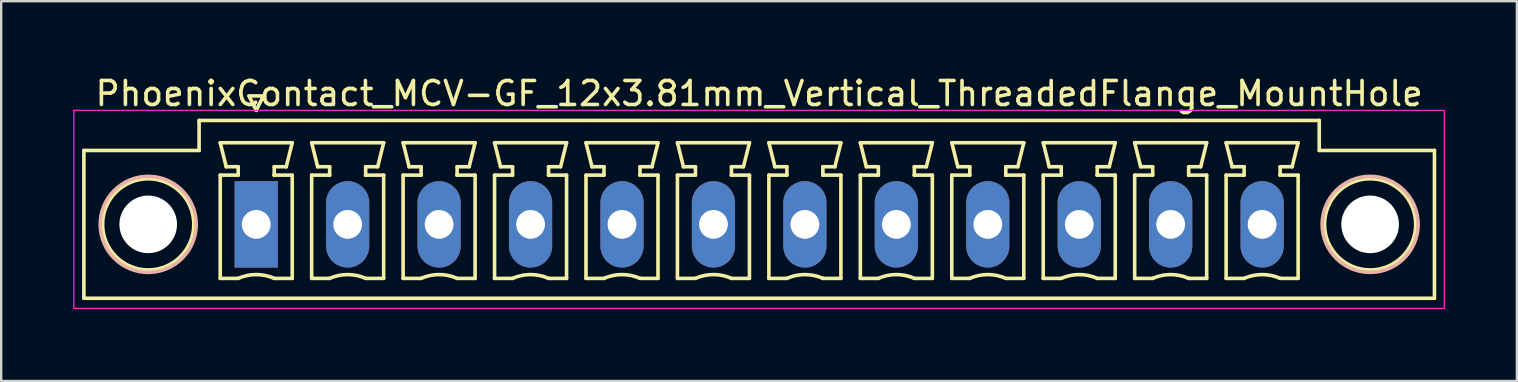
<source format=kicad_pcb>
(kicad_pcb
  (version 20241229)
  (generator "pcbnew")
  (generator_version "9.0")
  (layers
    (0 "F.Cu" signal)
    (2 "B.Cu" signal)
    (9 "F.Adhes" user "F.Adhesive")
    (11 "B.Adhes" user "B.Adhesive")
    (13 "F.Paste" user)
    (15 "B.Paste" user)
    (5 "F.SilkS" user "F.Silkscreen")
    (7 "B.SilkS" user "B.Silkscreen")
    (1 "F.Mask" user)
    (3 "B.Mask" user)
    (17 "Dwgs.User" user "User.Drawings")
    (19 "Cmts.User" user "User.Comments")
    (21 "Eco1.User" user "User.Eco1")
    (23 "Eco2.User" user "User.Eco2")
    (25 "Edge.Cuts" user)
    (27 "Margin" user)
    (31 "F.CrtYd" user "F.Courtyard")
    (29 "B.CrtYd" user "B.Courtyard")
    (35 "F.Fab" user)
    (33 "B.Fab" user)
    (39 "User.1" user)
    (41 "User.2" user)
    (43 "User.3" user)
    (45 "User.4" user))
  (footprint "PhoenixContact_MCV-GF_12x3.81mm_Vertical_ThreadedFlange_MountHole"
    (layer "F.Cu")
    (at 7.625 6.298)
    (property "Reference" "PhoenixContact_MCV-GF_12x3.81mm_Vertical_ThreadedFlange_MountHole" (at 20.955 -5.45 0) (layer "F.SilkS") (effects (font (size 1 1) (thickness 0.15))))
    (attr through_hole)
    (fp_line (start -7.18 -3.08) (end -7.18 3.08) (stroke (width 0.15) (type solid)) (layer "F.SilkS"))
    (fp_line (start -7.18 3.08) (end 49.09 3.08) (stroke (width 0.15) (type solid)) (layer "F.SilkS"))
    (fp_line (start -2.38 -4.33) (end -2.38 -3.08) (stroke (width 0.15) (type solid)) (layer "F.SilkS"))
    (fp_line (start -2.38 -3.08) (end -7.18 -3.08) (stroke (width 0.15) (type solid)) (layer "F.SilkS"))
    (fp_line (start -1.5 -3.4) (end 1.5 -3.4) (stroke (width 0.15) (type solid)) (layer "F.SilkS"))
    (fp_line (start -1.5 -2.05) (end -0.75 -2.05) (stroke (width 0.15) (type solid)) (layer "F.SilkS"))
    (fp_line (start -1.5 2.25) (end -1.5 -2.05) (stroke (width 0.15) (type solid)) (layer "F.SilkS"))
    (fp_line (start -1.25 -2.4) (end -1.5 -3.4) (stroke (width 0.15) (type solid)) (layer "F.SilkS"))
    (fp_line (start -0.75 -2.4) (end -1.25 -2.4) (stroke (width 0.15) (type solid)) (layer "F.SilkS"))
    (fp_line (start -0.75 -2.05) (end -0.75 -2.4) (stroke (width 0.15) (type solid)) (layer "F.SilkS"))
    (fp_line (start -0.75 2.25) (end -1.5 2.25) (stroke (width 0.15) (type solid)) (layer "F.SilkS"))
    (fp_line (start -0.3 -5.35) (end 0 -4.75) (stroke (width 0.15) (type solid)) (layer "F.SilkS"))
    (fp_line (start 0 -4.75) (end 0.3 -5.35) (stroke (width 0.15) (type solid)) (layer "F.SilkS"))
    (fp_line (start 0.3 -5.35) (end -0.3 -5.35) (stroke (width 0.15) (type solid)) (layer "F.SilkS"))
    (fp_line (start 0.75 -2.4) (end 0.75 -2.05) (stroke (width 0.15) (type solid)) (layer "F.SilkS"))
    (fp_line (start 0.75 -2.05) (end 0.75 -2.05) (stroke (width 0.15) (type solid)) (layer "F.SilkS"))
    (fp_line (start 0.75 -2.05) (end 1.5 -2.05) (stroke (width 0.15) (type solid)) (layer "F.SilkS"))
    (fp_line (start 1.25 -2.4) (end 0.75 -2.4) (stroke (width 0.15) (type solid)) (layer "F.SilkS"))
    (fp_line (start 1.5 -3.4) (end 1.25 -2.4) (stroke (width 0.15) (type solid)) (layer "F.SilkS"))
    (fp_line (start 1.5 -2.05) (end 1.5 2.25) (stroke (width 0.15) (type solid)) (layer "F.SilkS"))
    (fp_line (start 1.5 2.25) (end 0.75 2.25) (stroke (width 0.15) (type solid)) (layer "F.SilkS"))
    (fp_line (start 2.31 -3.4) (end 5.31 -3.4) (stroke (width 0.15) (type solid)) (layer "F.SilkS"))
    (fp_line (start 2.31 -2.05) (end 3.06 -2.05) (stroke (width 0.15) (type solid)) (layer "F.SilkS"))
    (fp_line (start 2.31 2.25) (end 2.31 -2.05) (stroke (width 0.15) (type solid)) (layer "F.SilkS"))
    (fp_line (start 2.56 -2.4) (end 2.31 -3.4) (stroke (width 0.15) (type solid)) (layer "F.SilkS"))
    (fp_line (start 3.06 -2.4) (end 2.56 -2.4) (stroke (width 0.15) (type solid)) (layer "F.SilkS"))
    (fp_line (start 3.06 -2.05) (end 3.06 -2.4) (stroke (width 0.15) (type solid)) (layer "F.SilkS"))
    (fp_line (start 3.06 2.25) (end 2.31 2.25) (stroke (width 0.15) (type solid)) (layer "F.SilkS"))
    (fp_line (start 4.56 -2.4) (end 4.56 -2.05) (stroke (width 0.15) (type solid)) (layer "F.SilkS"))
    (fp_line (start 4.56 -2.05) (end 4.56 -2.05) (stroke (width 0.15) (type solid)) (layer "F.SilkS"))
    (fp_line (start 4.56 -2.05) (end 5.31 -2.05) (stroke (width 0.15) (type solid)) (layer "F.SilkS"))
    (fp_line (start 5.06 -2.4) (end 4.56 -2.4) (stroke (width 0.15) (type solid)) (layer "F.SilkS"))
    (fp_line (start 5.31 -3.4) (end 5.06 -2.4) (stroke (width 0.15) (type solid)) (layer "F.SilkS"))
    (fp_line (start 5.31 -2.05) (end 5.31 2.25) (stroke (width 0.15) (type solid)) (layer "F.SilkS"))
    (fp_line (start 5.31 2.25) (end 4.56 2.25) (stroke (width 0.15) (type solid)) (layer "F.SilkS"))
    (fp_line (start 6.12 -3.4) (end 9.12 -3.4) (stroke (width 0.15) (type solid)) (layer "F.SilkS"))
    (fp_line (start 6.12 -2.05) (end 6.87 -2.05) (stroke (width 0.15) (type solid)) (layer "F.SilkS"))
    (fp_line (start 6.12 2.25) (end 6.12 -2.05) (stroke (width 0.15) (type solid)) (layer "F.SilkS"))
    (fp_line (start 6.37 -2.4) (end 6.12 -3.4) (stroke (width 0.15) (type solid)) (layer "F.SilkS"))
    (fp_line (start 6.87 -2.4) (end 6.37 -2.4) (stroke (width 0.15) (type solid)) (layer "F.SilkS"))
    (fp_line (start 6.87 -2.05) (end 6.87 -2.4) (stroke (width 0.15) (type solid)) (layer "F.SilkS"))
    (fp_line (start 6.87 2.25) (end 6.12 2.25) (stroke (width 0.15) (type solid)) (layer "F.SilkS"))
    (fp_line (start 8.37 -2.4) (end 8.37 -2.05) (stroke (width 0.15) (type solid)) (layer "F.SilkS"))
    (fp_line (start 8.37 -2.05) (end 8.37 -2.05) (stroke (width 0.15) (type solid)) (layer "F.SilkS"))
    (fp_line (start 8.37 -2.05) (end 9.12 -2.05) (stroke (width 0.15) (type solid)) (layer "F.SilkS"))
    (fp_line (start 8.87 -2.4) (end 8.37 -2.4) (stroke (width 0.15) (type solid)) (layer "F.SilkS"))
    (fp_line (start 9.12 -3.4) (end 8.87 -2.4) (stroke (width 0.15) (type solid)) (layer "F.SilkS"))
    (fp_line (start 9.12 -2.05) (end 9.12 2.25) (stroke (width 0.15) (type solid)) (layer "F.SilkS"))
    (fp_line (start 9.12 2.25) (end 8.37 2.25) (stroke (width 0.15) (type solid)) (layer "F.SilkS"))
    (fp_line (start 9.93 -3.4) (end 12.93 -3.4) (stroke (width 0.15) (type solid)) (layer "F.SilkS"))
    (fp_line (start 9.93 -2.05) (end 10.68 -2.05) (stroke (width 0.15) (type solid)) (layer "F.SilkS"))
    (fp_line (start 9.93 2.25) (end 9.93 -2.05) (stroke (width 0.15) (type solid)) (layer "F.SilkS"))
    (fp_line (start 10.18 -2.4) (end 9.93 -3.4) (stroke (width 0.15) (type solid)) (layer "F.SilkS"))
    (fp_line (start 10.68 -2.4) (end 10.18 -2.4) (stroke (width 0.15) (type solid)) (layer "F.SilkS"))
    (fp_line (start 10.68 -2.05) (end 10.68 -2.4) (stroke (width 0.15) (type solid)) (layer "F.SilkS"))
    (fp_line (start 10.68 2.25) (end 9.93 2.25) (stroke (width 0.15) (type solid)) (layer "F.SilkS"))
    (fp_line (start 12.18 -2.4) (end 12.18 -2.05) (stroke (width 0.15) (type solid)) (layer "F.SilkS"))
    (fp_line (start 12.18 -2.05) (end 12.18 -2.05) (stroke (width 0.15) (type solid)) (layer "F.SilkS"))
    (fp_line (start 12.18 -2.05) (end 12.93 -2.05) (stroke (width 0.15) (type solid)) (layer "F.SilkS"))
    (fp_line (start 12.68 -2.4) (end 12.18 -2.4) (stroke (width 0.15) (type solid)) (layer "F.SilkS"))
    (fp_line (start 12.93 -3.4) (end 12.68 -2.4) (stroke (width 0.15) (type solid)) (layer "F.SilkS"))
    (fp_line (start 12.93 -2.05) (end 12.93 2.25) (stroke (width 0.15) (type solid)) (layer "F.SilkS"))
    (fp_line (start 12.93 2.25) (end 12.18 2.25) (stroke (width 0.15) (type solid)) (layer "F.SilkS"))
    (fp_line (start 13.74 -3.4) (end 16.74 -3.4) (stroke (width 0.15) (type solid)) (layer "F.SilkS"))
    (fp_line (start 13.74 -2.05) (end 14.49 -2.05) (stroke (width 0.15) (type solid)) (layer "F.SilkS"))
    (fp_line (start 13.74 2.25) (end 13.74 -2.05) (stroke (width 0.15) (type solid)) (layer "F.SilkS"))
    (fp_line (start 13.99 -2.4) (end 13.74 -3.4) (stroke (width 0.15) (type solid)) (layer "F.SilkS"))
    (fp_line (start 14.49 -2.4) (end 13.99 -2.4) (stroke (width 0.15) (type solid)) (layer "F.SilkS"))
    (fp_line (start 14.49 -2.05) (end 14.49 -2.4) (stroke (width 0.15) (type solid)) (layer "F.SilkS"))
    (fp_line (start 14.49 2.25) (end 13.74 2.25) (stroke (width 0.15) (type solid)) (layer "F.SilkS"))
    (fp_line (start 15.99 -2.4) (end 15.99 -2.05) (stroke (width 0.15) (type solid)) (layer "F.SilkS"))
    (fp_line (start 15.99 -2.05) (end 15.99 -2.05) (stroke (width 0.15) (type solid)) (layer "F.SilkS"))
    (fp_line (start 15.99 -2.05) (end 16.74 -2.05) (stroke (width 0.15) (type solid)) (layer "F.SilkS"))
    (fp_line (start 16.49 -2.4) (end 15.99 -2.4) (stroke (width 0.15) (type solid)) (layer "F.SilkS"))
    (fp_line (start 16.74 -3.4) (end 16.49 -2.4) (stroke (width 0.15) (type solid)) (layer "F.SilkS"))
    (fp_line (start 16.74 -2.05) (end 16.74 2.25) (stroke (width 0.15) (type solid)) (layer "F.SilkS"))
    (fp_line (start 16.74 2.25) (end 15.99 2.25) (stroke (width 0.15) (type solid)) (layer "F.SilkS"))
    (fp_line (start 17.55 -3.4) (end 20.55 -3.4) (stroke (width 0.15) (type solid)) (layer "F.SilkS"))
    (fp_line (start 17.55 -2.05) (end 18.3 -2.05) (stroke (width 0.15) (type solid)) (layer "F.SilkS"))
    (fp_line (start 17.55 2.25) (end 17.55 -2.05) (stroke (width 0.15) (type solid)) (layer "F.SilkS"))
    (fp_line (start 17.8 -2.4) (end 17.55 -3.4) (stroke (width 0.15) (type solid)) (layer "F.SilkS"))
    (fp_line (start 18.3 -2.4) (end 17.8 -2.4) (stroke (width 0.15) (type solid)) (layer "F.SilkS"))
    (fp_line (start 18.3 -2.05) (end 18.3 -2.4) (stroke (width 0.15) (type solid)) (layer "F.SilkS"))
    (fp_line (start 18.3 2.25) (end 17.55 2.25) (stroke (width 0.15) (type solid)) (layer "F.SilkS"))
    (fp_line (start 19.8 -2.4) (end 19.8 -2.05) (stroke (width 0.15) (type solid)) (layer "F.SilkS"))
    (fp_line (start 19.8 -2.05) (end 19.8 -2.05) (stroke (width 0.15) (type solid)) (layer "F.SilkS"))
    (fp_line (start 19.8 -2.05) (end 20.55 -2.05) (stroke (width 0.15) (type solid)) (layer "F.SilkS"))
    (fp_line (start 20.3 -2.4) (end 19.8 -2.4) (stroke (width 0.15) (type solid)) (layer "F.SilkS"))
    (fp_line (start 20.55 -3.4) (end 20.3 -2.4) (stroke (width 0.15) (type solid)) (layer "F.SilkS"))
    (fp_line (start 20.55 -2.05) (end 20.55 2.25) (stroke (width 0.15) (type solid)) (layer "F.SilkS"))
    (fp_line (start 20.55 2.25) (end 19.8 2.25) (stroke (width 0.15) (type solid)) (layer "F.SilkS"))
    (fp_line (start 21.36 -3.4) (end 24.36 -3.4) (stroke (width 0.15) (type solid)) (layer "F.SilkS"))
    (fp_line (start 21.36 -2.05) (end 22.11 -2.05) (stroke (width 0.15) (type solid)) (layer "F.SilkS"))
    (fp_line (start 21.36 2.25) (end 21.36 -2.05) (stroke (width 0.15) (type solid)) (layer "F.SilkS"))
    (fp_line (start 21.61 -2.4) (end 21.36 -3.4) (stroke (width 0.15) (type solid)) (layer "F.SilkS"))
    (fp_line (start 22.11 -2.4) (end 21.61 -2.4) (stroke (width 0.15) (type solid)) (layer "F.SilkS"))
    (fp_line (start 22.11 -2.05) (end 22.11 -2.4) (stroke (width 0.15) (type solid)) (layer "F.SilkS"))
    (fp_line (start 22.11 2.25) (end 21.36 2.25) (stroke (width 0.15) (type solid)) (layer "F.SilkS"))
    (fp_line (start 23.61 -2.4) (end 23.61 -2.05) (stroke (width 0.15) (type solid)) (layer "F.SilkS"))
    (fp_line (start 23.61 -2.05) (end 23.61 -2.05) (stroke (width 0.15) (type solid)) (layer "F.SilkS"))
    (fp_line (start 23.61 -2.05) (end 24.36 -2.05) (stroke (width 0.15) (type solid)) (layer "F.SilkS"))
    (fp_line (start 24.11 -2.4) (end 23.61 -2.4) (stroke (width 0.15) (type solid)) (layer "F.SilkS"))
    (fp_line (start 24.36 -3.4) (end 24.11 -2.4) (stroke (width 0.15) (type solid)) (layer "F.SilkS"))
    (fp_line (start 24.36 -2.05) (end 24.36 2.25) (stroke (width 0.15) (type solid)) (layer "F.SilkS"))
    (fp_line (start 24.36 2.25) (end 23.61 2.25) (stroke (width 0.15) (type solid)) (layer "F.SilkS"))
    (fp_line (start 25.17 -3.4) (end 28.17 -3.4) (stroke (width 0.15) (type solid)) (layer "F.SilkS"))
    (fp_line (start 25.17 -2.05) (end 25.92 -2.05) (stroke (width 0.15) (type solid)) (layer "F.SilkS"))
    (fp_line (start 25.17 2.25) (end 25.17 -2.05) (stroke (width 0.15) (type solid)) (layer "F.SilkS"))
    (fp_line (start 25.42 -2.4) (end 25.17 -3.4) (stroke (width 0.15) (type solid)) (layer "F.SilkS"))
    (fp_line (start 25.92 -2.4) (end 25.42 -2.4) (stroke (width 0.15) (type solid)) (layer "F.SilkS"))
    (fp_line (start 25.92 -2.05) (end 25.92 -2.4) (stroke (width 0.15) (type solid)) (layer "F.SilkS"))
    (fp_line (start 25.92 2.25) (end 25.17 2.25) (stroke (width 0.15) (type solid)) (layer "F.SilkS"))
    (fp_line (start 27.42 -2.4) (end 27.42 -2.05) (stroke (width 0.15) (type solid)) (layer "F.SilkS"))
    (fp_line (start 27.42 -2.05) (end 27.42 -2.05) (stroke (width 0.15) (type solid)) (layer "F.SilkS"))
    (fp_line (start 27.42 -2.05) (end 28.17 -2.05) (stroke (width 0.15) (type solid)) (layer "F.SilkS"))
    (fp_line (start 27.92 -2.4) (end 27.42 -2.4) (stroke (width 0.15) (type solid)) (layer "F.SilkS"))
    (fp_line (start 28.17 -3.4) (end 27.92 -2.4) (stroke (width 0.15) (type solid)) (layer "F.SilkS"))
    (fp_line (start 28.17 -2.05) (end 28.17 2.25) (stroke (width 0.15) (type solid)) (layer "F.SilkS"))
    (fp_line (start 28.17 2.25) (end 27.42 2.25) (stroke (width 0.15) (type solid)) (layer "F.SilkS"))
    (fp_line (start 28.98 -3.4) (end 31.98 -3.4) (stroke (width 0.15) (type solid)) (layer "F.SilkS"))
    (fp_line (start 28.98 -2.05) (end 29.73 -2.05) (stroke (width 0.15) (type solid)) (layer "F.SilkS"))
    (fp_line (start 28.98 2.25) (end 28.98 -2.05) (stroke (width 0.15) (type solid)) (layer "F.SilkS"))
    (fp_line (start 29.23 -2.4) (end 28.98 -3.4) (stroke (width 0.15) (type solid)) (layer "F.SilkS"))
    (fp_line (start 29.73 -2.4) (end 29.23 -2.4) (stroke (width 0.15) (type solid)) (layer "F.SilkS"))
    (fp_line (start 29.73 -2.05) (end 29.73 -2.4) (stroke (width 0.15) (type solid)) (layer "F.SilkS"))
    (fp_line (start 29.73 2.25) (end 28.98 2.25) (stroke (width 0.15) (type solid)) (layer "F.SilkS"))
    (fp_line (start 31.23 -2.4) (end 31.23 -2.05) (stroke (width 0.15) (type solid)) (layer "F.SilkS"))
    (fp_line (start 31.23 -2.05) (end 31.23 -2.05) (stroke (width 0.15) (type solid)) (layer "F.SilkS"))
    (fp_line (start 31.23 -2.05) (end 31.98 -2.05) (stroke (width 0.15) (type solid)) (layer "F.SilkS"))
    (fp_line (start 31.73 -2.4) (end 31.23 -2.4) (stroke (width 0.15) (type solid)) (layer "F.SilkS"))
    (fp_line (start 31.98 -3.4) (end 31.73 -2.4) (stroke (width 0.15) (type solid)) (layer "F.SilkS"))
    (fp_line (start 31.98 -2.05) (end 31.98 2.25) (stroke (width 0.15) (type solid)) (layer "F.SilkS"))
    (fp_line (start 31.98 2.25) (end 31.23 2.25) (stroke (width 0.15) (type solid)) (layer "F.SilkS"))
    (fp_line (start 32.79 -3.4) (end 35.79 -3.4) (stroke (width 0.15) (type solid)) (layer "F.SilkS"))
    (fp_line (start 32.79 -2.05) (end 33.54 -2.05) (stroke (width 0.15) (type solid)) (layer "F.SilkS"))
    (fp_line (start 32.79 2.25) (end 32.79 -2.05) (stroke (width 0.15) (type solid)) (layer "F.SilkS"))
    (fp_line (start 33.04 -2.4) (end 32.79 -3.4) (stroke (width 0.15) (type solid)) (layer "F.SilkS"))
    (fp_line (start 33.54 -2.4) (end 33.04 -2.4) (stroke (width 0.15) (type solid)) (layer "F.SilkS"))
    (fp_line (start 33.54 -2.05) (end 33.54 -2.4) (stroke (width 0.15) (type solid)) (layer "F.SilkS"))
    (fp_line (start 33.54 2.25) (end 32.79 2.25) (stroke (width 0.15) (type solid)) (layer "F.SilkS"))
    (fp_line (start 35.04 -2.4) (end 35.04 -2.05) (stroke (width 0.15) (type solid)) (layer "F.SilkS"))
    (fp_line (start 35.04 -2.05) (end 35.04 -2.05) (stroke (width 0.15) (type solid)) (layer "F.SilkS"))
    (fp_line (start 35.04 -2.05) (end 35.79 -2.05) (stroke (width 0.15) (type solid)) (layer "F.SilkS"))
    (fp_line (start 35.54 -2.4) (end 35.04 -2.4) (stroke (width 0.15) (type solid)) (layer "F.SilkS"))
    (fp_line (start 35.79 -3.4) (end 35.54 -2.4) (stroke (width 0.15) (type solid)) (layer "F.SilkS"))
    (fp_line (start 35.79 -2.05) (end 35.79 2.25) (stroke (width 0.15) (type solid)) (layer "F.SilkS"))
    (fp_line (start 35.79 2.25) (end 35.04 2.25) (stroke (width 0.15) (type solid)) (layer "F.SilkS"))
    (fp_line (start 36.6 -3.4) (end 39.6 -3.4) (stroke (width 0.15) (type solid)) (layer "F.SilkS"))
    (fp_line (start 36.6 -2.05) (end 37.35 -2.05) (stroke (width 0.15) (type solid)) (layer "F.SilkS"))
    (fp_line (start 36.6 2.25) (end 36.6 -2.05) (stroke (width 0.15) (type solid)) (layer "F.SilkS"))
    (fp_line (start 36.85 -2.4) (end 36.6 -3.4) (stroke (width 0.15) (type solid)) (layer "F.SilkS"))
    (fp_line (start 37.35 -2.4) (end 36.85 -2.4) (stroke (width 0.15) (type solid)) (layer "F.SilkS"))
    (fp_line (start 37.35 -2.05) (end 37.35 -2.4) (stroke (width 0.15) (type solid)) (layer "F.SilkS"))
    (fp_line (start 37.35 2.25) (end 36.6 2.25) (stroke (width 0.15) (type solid)) (layer "F.SilkS"))
    (fp_line (start 38.85 -2.4) (end 38.85 -2.05) (stroke (width 0.15) (type solid)) (layer "F.SilkS"))
    (fp_line (start 38.85 -2.05) (end 38.85 -2.05) (stroke (width 0.15) (type solid)) (layer "F.SilkS"))
    (fp_line (start 38.85 -2.05) (end 39.6 -2.05) (stroke (width 0.15) (type solid)) (layer "F.SilkS"))
    (fp_line (start 39.35 -2.4) (end 38.85 -2.4) (stroke (width 0.15) (type solid)) (layer "F.SilkS"))
    (fp_line (start 39.6 -3.4) (end 39.35 -2.4) (stroke (width 0.15) (type solid)) (layer "F.SilkS"))
    (fp_line (start 39.6 -2.05) (end 39.6 2.25) (stroke (width 0.15) (type solid)) (layer "F.SilkS"))
    (fp_line (start 39.6 2.25) (end 38.85 2.25) (stroke (width 0.15) (type solid)) (layer "F.SilkS"))
    (fp_line (start 40.41 -3.4) (end 43.41 -3.4) (stroke (width 0.15) (type solid)) (layer "F.SilkS"))
    (fp_line (start 40.41 -2.05) (end 41.16 -2.05) (stroke (width 0.15) (type solid)) (layer "F.SilkS"))
    (fp_line (start 40.41 2.25) (end 40.41 -2.05) (stroke (width 0.15) (type solid)) (layer "F.SilkS"))
    (fp_line (start 40.66 -2.4) (end 40.41 -3.4) (stroke (width 0.15) (type solid)) (layer "F.SilkS"))
    (fp_line (start 41.16 -2.4) (end 40.66 -2.4) (stroke (width 0.15) (type solid)) (layer "F.SilkS"))
    (fp_line (start 41.16 -2.05) (end 41.16 -2.4) (stroke (width 0.15) (type solid)) (layer "F.SilkS"))
    (fp_line (start 41.16 2.25) (end 40.41 2.25) (stroke (width 0.15) (type solid)) (layer "F.SilkS"))
    (fp_line (start 42.66 -2.4) (end 42.66 -2.05) (stroke (width 0.15) (type solid)) (layer "F.SilkS"))
    (fp_line (start 42.66 -2.05) (end 42.66 -2.05) (stroke (width 0.15) (type solid)) (layer "F.SilkS"))
    (fp_line (start 42.66 -2.05) (end 43.41 -2.05) (stroke (width 0.15) (type solid)) (layer "F.SilkS"))
    (fp_line (start 43.16 -2.4) (end 42.66 -2.4) (stroke (width 0.15) (type solid)) (layer "F.SilkS"))
    (fp_line (start 43.41 -3.4) (end 43.16 -2.4) (stroke (width 0.15) (type solid)) (layer "F.SilkS"))
    (fp_line (start 43.41 -2.05) (end 43.41 2.25) (stroke (width 0.15) (type solid)) (layer "F.SilkS"))
    (fp_line (start 43.41 2.25) (end 42.66 2.25) (stroke (width 0.15) (type solid)) (layer "F.SilkS"))
    (fp_line (start 44.29 -4.33) (end -2.38 -4.33) (stroke (width 0.15) (type solid)) (layer "F.SilkS"))
    (fp_line (start 44.29 -3.08) (end 44.29 -4.33) (stroke (width 0.15) (type solid)) (layer "F.SilkS"))
    (fp_line (start 49.09 -3.08) (end 44.29 -3.08) (stroke (width 0.15) (type solid)) (layer "F.SilkS"))
    (fp_line (start 49.09 3.08) (end 49.09 -3.08) (stroke (width 0.15) (type solid)) (layer "F.SilkS"))
    (fp_arc (start -0.75 2.25) (mid -0.000193 2.09191) (end 0.749647 2.249844) (stroke (width 0.15) (type solid)) (layer "F.SilkS"))
    (fp_arc (start 3.06 2.25) (mid 3.809807 2.09191) (end 4.559647 2.249844) (stroke (width 0.15) (type solid)) (layer "F.SilkS"))
    (fp_arc (start 6.87 2.25) (mid 7.619807 2.09191) (end 8.369647 2.249844) (stroke (width 0.15) (type solid)) (layer "F.SilkS"))
    (fp_arc (start 10.68 2.25) (mid 11.429807 2.09191) (end 12.179647 2.249844) (stroke (width 0.15) (type solid)) (layer "F.SilkS"))
    (fp_arc (start 14.49 2.25) (mid 15.239807 2.09191) (end 15.989647 2.249844) (stroke (width 0.15) (type solid)) (layer "F.SilkS"))
    (fp_arc (start 18.3 2.25) (mid 19.049807 2.09191) (end 19.799647 2.249844) (stroke (width 0.15) (type solid)) (layer "F.SilkS"))
    (fp_arc (start 22.11 2.25) (mid 22.859807 2.09191) (end 23.609647 2.249844) (stroke (width 0.15) (type solid)) (layer "F.SilkS"))
    (fp_arc (start 25.92 2.25) (mid 26.669807 2.09191) (end 27.419647 2.249844) (stroke (width 0.15) (type solid)) (layer "F.SilkS"))
    (fp_arc (start 29.73 2.25) (mid 30.479807 2.09191) (end 31.229647 2.249844) (stroke (width 0.15) (type solid)) (layer "F.SilkS"))
    (fp_arc (start 33.54 2.25) (mid 34.289807 2.09191) (end 35.039647 2.249844) (stroke (width 0.15) (type solid)) (layer "F.SilkS"))
    (fp_arc (start 37.35 2.25) (mid 38.099807 2.09191) (end 38.849647 2.249844) (stroke (width 0.15) (type solid)) (layer "F.SilkS"))
    (fp_arc (start 41.16 2.25) (mid 41.909807 2.09191) (end 42.659647 2.249844) (stroke (width 0.15) (type solid)) (layer "F.SilkS"))
    (fp_circle (center -4.5 0) (end -2.6 0) (stroke (width 0.15) (type solid)) (fill no) (layer "F.SilkS"))
    (fp_circle (center 46.41 0) (end 48.31 0) (stroke (width 0.15) (type solid)) (fill no) (layer "F.SilkS"))
    (fp_circle (center -4.5 0) (end -2.5 0) (stroke (width 0.15) (type solid)) (fill no) (layer "B.SilkS"))
    (fp_circle (center 46.41 0) (end 48.41 0) (stroke (width 0.15) (type solid)) (fill no) (layer "B.SilkS"))
    (fp_line (start -7.6 -4.75) (end -7.6 3.5) (stroke (width 0.05) (type solid)) (layer "F.CrtYd"))
    (fp_line (start -7.6 3.5) (end 49.5 3.5) (stroke (width 0.05) (type solid)) (layer "F.CrtYd"))
    (fp_line (start 49.5 -4.75) (end -7.6 -4.75) (stroke (width 0.05) (type solid)) (layer "F.CrtYd"))
    (fp_line (start 49.5 3.5) (end 49.5 -4.75) (stroke (width 0.05) (type solid)) (layer "F.CrtYd"))
    (pad "" np_thru_hole circle (at -4.5 0) (size 2.4 2.4) (drill 2.4) (layers "*.Cu" "*.Mask"))
    (pad "" np_thru_hole circle (at 46.41 0) (size 2.4 2.4) (drill 2.4) (layers "*.Cu" "*.Mask"))
    (pad "1" thru_hole rect (at 0 0) (size 1.8 3.6) (drill 1.2) (layers "*.Cu" "*.Mask"))
    (pad "2" thru_hole oval (at 3.81 0) (size 1.8 3.6) (drill 1.2) (layers "*.Cu" "*.Mask"))
    (pad "3" thru_hole oval (at 7.62 0) (size 1.8 3.6) (drill 1.2) (layers "*.Cu" "*.Mask"))
    (pad "4" thru_hole oval (at 11.43 0) (size 1.8 3.6) (drill 1.2) (layers "*.Cu" "*.Mask"))
    (pad "5" thru_hole oval (at 15.24 0) (size 1.8 3.6) (drill 1.2) (layers "*.Cu" "*.Mask"))
    (pad "6" thru_hole oval (at 19.05 0) (size 1.8 3.6) (drill 1.2) (layers "*.Cu" "*.Mask"))
    (pad "7" thru_hole oval (at 22.86 0) (size 1.8 3.6) (drill 1.2) (layers "*.Cu" "*.Mask"))
    (pad "8" thru_hole oval (at 26.67 0) (size 1.8 3.6) (drill 1.2) (layers "*.Cu" "*.Mask"))
    (pad "9" thru_hole oval (at 30.48 0) (size 1.8 3.6) (drill 1.2) (layers "*.Cu" "*.Mask"))
    (pad "10" thru_hole oval (at 34.29 0) (size 1.8 3.6) (drill 1.2) (layers "*.Cu" "*.Mask"))
    (pad "11" thru_hole oval (at 38.1 0) (size 1.8 3.6) (drill 1.2) (layers "*.Cu" "*.Mask"))
    (pad "12" thru_hole oval (at 41.91 0) (size 1.8 3.6) (drill 1.2) (layers "*.Cu" "*.Mask")))
  (gr_rect
    (start -3 -3)
    (end 60.15 12.823)
    (stroke (width 0.1) (type default))
    (fill no)
    (layer "Edge.Cuts")))
</source>
